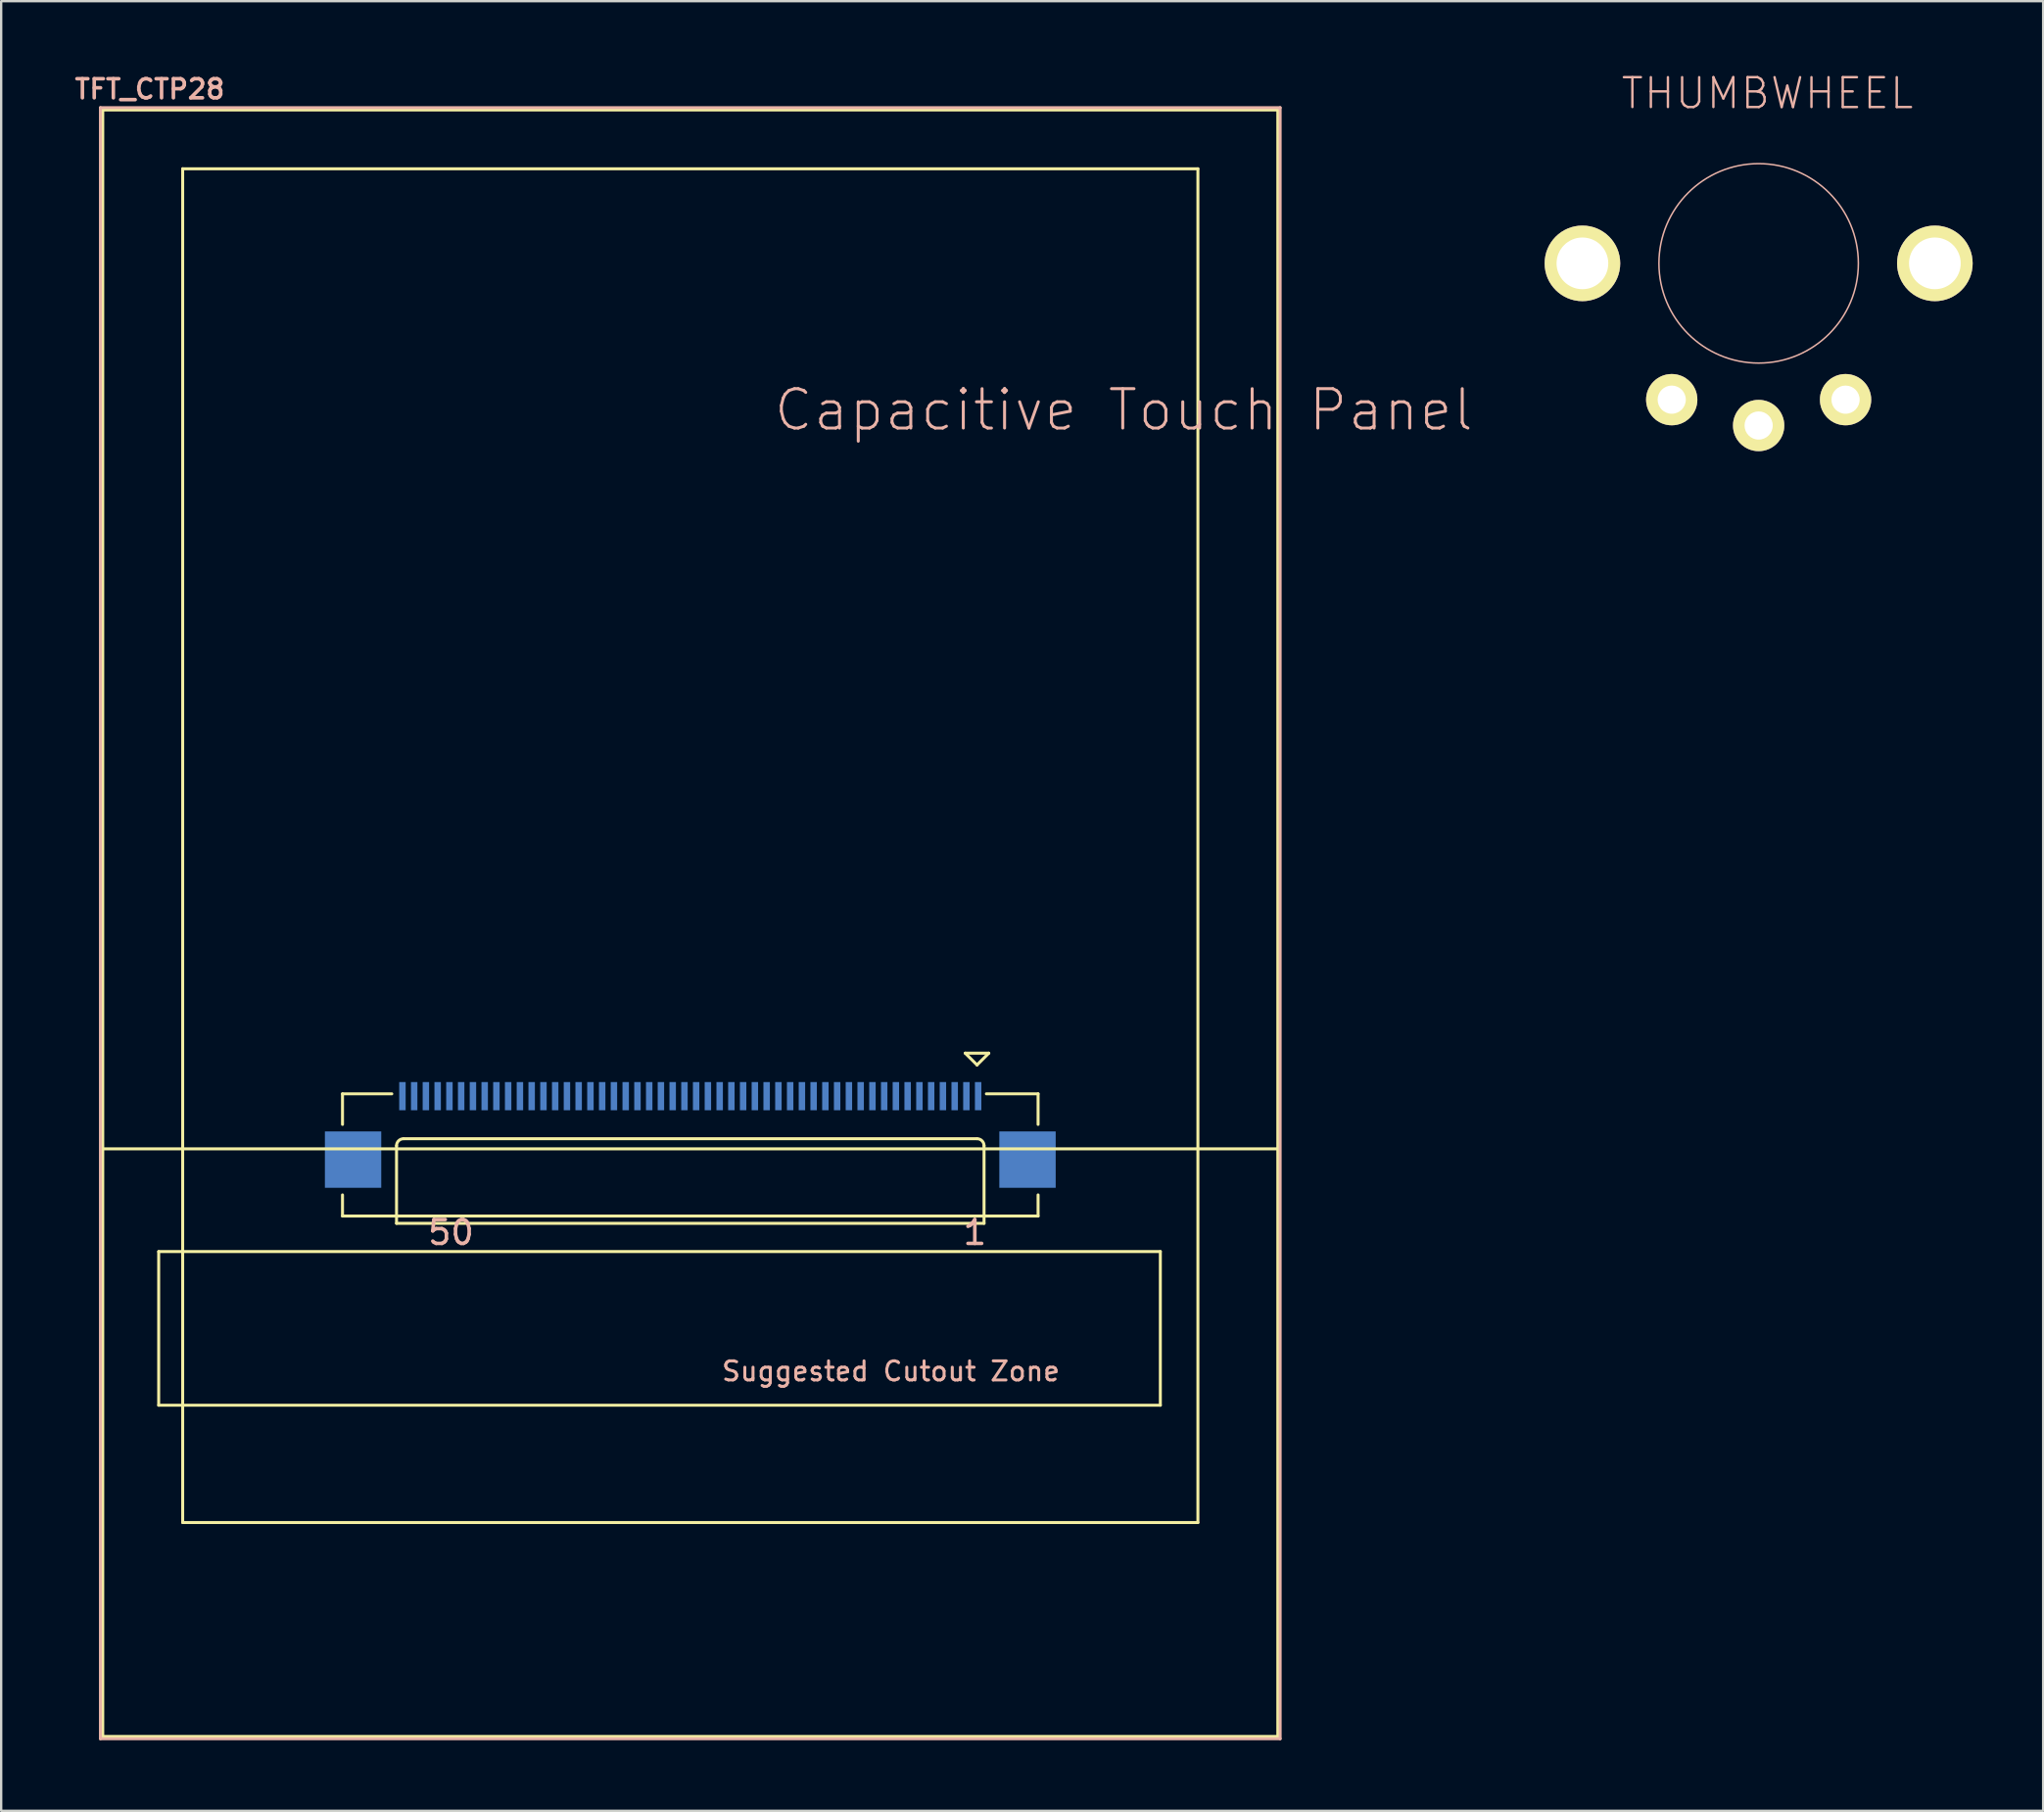
<source format=kicad_pcb>
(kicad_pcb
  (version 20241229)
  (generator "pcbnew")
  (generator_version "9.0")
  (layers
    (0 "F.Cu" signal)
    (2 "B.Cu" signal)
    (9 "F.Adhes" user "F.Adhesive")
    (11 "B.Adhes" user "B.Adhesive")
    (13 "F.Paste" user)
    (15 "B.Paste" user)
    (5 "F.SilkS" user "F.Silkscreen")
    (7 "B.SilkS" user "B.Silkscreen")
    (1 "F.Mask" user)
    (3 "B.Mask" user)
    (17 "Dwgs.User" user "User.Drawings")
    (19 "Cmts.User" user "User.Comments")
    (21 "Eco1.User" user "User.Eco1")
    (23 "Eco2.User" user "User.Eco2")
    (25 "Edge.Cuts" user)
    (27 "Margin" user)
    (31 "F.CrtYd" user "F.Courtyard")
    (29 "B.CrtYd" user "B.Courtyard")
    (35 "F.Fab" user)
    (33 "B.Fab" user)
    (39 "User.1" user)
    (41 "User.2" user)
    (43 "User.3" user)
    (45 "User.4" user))
  (footprint "THUMBWHEEL"
    (layer "F.Cu")
    (at 71.778 8.155)
    (property "Reference" "THUMBWHEEL" (at 0.373 -7.234 0) (layer "B.SilkS") (effects (font (size 1.27 1.27) (thickness 0.102))))
    (attr exclude_from_pos_files exclude_from_bom)
    (fp_circle (center 0 0) (end -3 3) (stroke (width 0.064) (type solid)) (fill no) (layer "B.SilkS"))
    (pad "1" thru_hole circle (at -3.698 5.799) (size 2.182 2.182) (drill 1.199) (layers "*.Cu" "F.Mask" "F.SilkS" "F.Paste"))
    (pad "2" thru_hole circle (at 0 6.899) (size 2.182 2.182) (drill 1.199) (layers "*.Cu" "F.Mask" "F.SilkS" "F.Paste"))
    (pad "3" thru_hole circle (at 3.698 5.799) (size 2.182 2.182) (drill 1.199) (layers "*.Cu" "F.Mask" "F.SilkS" "F.Paste"))
    (pad "SW1" thru_hole circle (at -7.498 0) (size 3.216 3.216) (drill 2.2) (layers "*.Cu" "F.Mask" "F.SilkS" "F.Paste"))
    (pad "SW2" thru_hole circle (at 7.498 0) (size 3.216 3.216) (drill 2.2) (layers "*.Cu" "F.Mask" "F.SilkS" "F.Paste")))
  (footprint "TFT_CTP28"
    (layer "F.Cu")
    (at 26.321 36.229)
    (property "Reference" "TFT_CTP28" (at -23 -35.486 0) (layer "B.SilkS") (effects (font (size 0.813 0.813) (thickness 0.152))))
    (attr smd)
    (fp_line (start -24.999 -34.6) (end 24.999 -34.6) (stroke (width 0.127) (type solid)) (layer "F.SilkS"))
    (fp_line (start -24.999 9.599) (end -24.999 -34.6) (stroke (width 0.127) (type solid)) (layer "F.SilkS"))
    (fp_line (start -24.999 9.599) (end 24.999 9.599) (stroke (width 0.127) (type solid)) (layer "F.SilkS"))
    (fp_line (start -24.999 34.6) (end -24.999 9.599) (stroke (width 0.127) (type solid)) (layer "F.SilkS"))
    (fp_line (start -22.619 13.97) (end 20 13.97) (stroke (width 0.127) (type solid)) (layer "F.SilkS"))
    (fp_line (start -22.619 20.508) (end -22.619 13.97) (stroke (width 0.127) (type solid)) (layer "F.SilkS"))
    (fp_line (start -21.598 -32.098) (end 21.598 -32.098) (stroke (width 0.127) (type solid)) (layer "F.SilkS"))
    (fp_line (start -21.598 25.499) (end -21.598 -32.098) (stroke (width 0.127) (type solid)) (layer "F.SilkS"))
    (fp_line (start -14.798 7.259) (end -14.798 8.56) (stroke (width 0.127) (type solid)) (layer "F.SilkS"))
    (fp_line (start -14.798 12.459) (end -14.798 11.56) (stroke (width 0.127) (type solid)) (layer "F.SilkS"))
    (fp_line (start -12.7 7.259) (end -14.798 7.259) (stroke (width 0.127) (type solid)) (layer "F.SilkS"))
    (fp_line (start -12.499 12.769) (end -12.499 9.469) (stroke (width 0.127) (type solid)) (layer "F.SilkS"))
    (fp_line (start -12.499 12.769) (end 12.499 12.769) (stroke (width 0.127) (type solid)) (layer "F.SilkS"))
    (fp_line (start -12.2 9.169) (end 12.2 9.169) (stroke (width 0.127) (type solid)) (layer "F.SilkS"))
    (fp_line (start 11.699 5.53) (end 12.7 5.53) (stroke (width 0.127) (type solid)) (layer "F.SilkS"))
    (fp_line (start 12.2 6.03) (end 11.699 5.53) (stroke (width 0.127) (type solid)) (layer "F.SilkS"))
    (fp_line (start 12.499 9.469) (end 12.499 12.769) (stroke (width 0.127) (type solid)) (layer "F.SilkS"))
    (fp_line (start 12.598 7.259) (end 14.798 7.259) (stroke (width 0.127) (type solid)) (layer "F.SilkS"))
    (fp_line (start 12.7 5.53) (end 12.2 6.03) (stroke (width 0.127) (type solid)) (layer "F.SilkS"))
    (fp_line (start 14.798 7.259) (end 14.798 8.56) (stroke (width 0.127) (type solid)) (layer "F.SilkS"))
    (fp_line (start 14.798 11.56) (end 14.798 12.459) (stroke (width 0.127) (type solid)) (layer "F.SilkS"))
    (fp_line (start 14.798 12.459) (end -14.798 12.459) (stroke (width 0.127) (type solid)) (layer "F.SilkS"))
    (fp_line (start 20 13.97) (end 20 20.508) (stroke (width 0.127) (type solid)) (layer "F.SilkS"))
    (fp_line (start 20 20.508) (end -22.619 20.508) (stroke (width 0.127) (type solid)) (layer "F.SilkS"))
    (fp_line (start 21.598 -32.098) (end 21.598 25.499) (stroke (width 0.127) (type solid)) (layer "F.SilkS"))
    (fp_line (start 21.598 25.499) (end -21.598 25.499) (stroke (width 0.127) (type solid)) (layer "F.SilkS"))
    (fp_line (start 24.999 -34.6) (end 24.999 9.599) (stroke (width 0.127) (type solid)) (layer "F.SilkS"))
    (fp_line (start 24.999 9.599) (end 24.999 34.6) (stroke (width 0.127) (type solid)) (layer "F.SilkS"))
    (fp_line (start 24.999 34.6) (end -24.999 34.6) (stroke (width 0.127) (type solid)) (layer "F.SilkS"))
    (fp_arc (start -12.49934 9.46912) (mid -12.411554 9.257186) (end -12.19962 9.1694) (stroke (width 0.127) (type solid)) (layer "F.SilkS"))
    (fp_arc (start 12.19962 9.1694) (mid 12.411554 9.257186) (end 12.49934 9.46912) (stroke (width 0.127) (type solid)) (layer "F.SilkS"))
    (fp_line (start -25.098 -34.699) (end 25.098 -34.699) (stroke (width 0.127) (type solid)) (layer "B.SilkS"))
    (fp_line (start -25.098 34.699) (end -25.098 -34.699) (stroke (width 0.127) (type solid)) (layer "B.SilkS"))
    (fp_line (start 25.098 -34.699) (end 25.098 34.699) (stroke (width 0.127) (type solid)) (layer "B.SilkS"))
    (fp_line (start 25.098 34.699) (end -25.098 34.699) (stroke (width 0.127) (type solid)) (layer "B.SilkS"))
    (fp_text user "Capacitive Touch Panel" (at 18.44 -21.836 0) (layer "B.SilkS") (effects (font (size 1.676 1.676) (thickness 0.127))))
    (fp_text user "Suggested Cutout Zone" (at 8.534 19.063 0) (layer "B.SilkS") (effects (font (size 0.813 0.813) (thickness 0.127))))
    (fp_text user "50" (at -10.183 13.16 0) (layer "B.SilkS") (effects (font (size 1.016 1.016) (thickness 0.152))))
    (fp_text user "1" (at 12.106 13.16 0) (layer "B.SilkS") (effects (font (size 1.016 1.016) (thickness 0.152))))
    (pad "1" smd rect (at 12.248 7.358 180) (size 0.274 1.199) (layers "B.Cu" "B.Mask"))
    (pad "2" smd rect (at 11.748 7.358 180) (size 0.274 1.199) (layers "B.Cu" "B.Mask"))
    (pad "3" smd rect (at 11.25 7.358 180) (size 0.274 1.199) (layers "B.Cu" "B.Mask"))
    (pad "4" smd rect (at 10.749 7.358 180) (size 0.274 1.199) (layers "B.Cu" "B.Mask"))
    (pad "5" smd rect (at 10.249 7.358 180) (size 0.274 1.199) (layers "B.Cu" "B.Mask"))
    (pad "6" smd rect (at 9.749 7.358 180) (size 0.274 1.199) (layers "B.Cu" "B.Mask"))
    (pad "7" smd rect (at 9.248 7.358 180) (size 0.274 1.199) (layers "B.Cu" "B.Mask"))
    (pad "8" smd rect (at 8.748 7.358 180) (size 0.274 1.199) (layers "B.Cu" "B.Mask"))
    (pad "9" smd rect (at 8.25 7.358 180) (size 0.274 1.199) (layers "B.Cu" "B.Mask"))
    (pad "10" smd rect (at 7.75 7.358 180) (size 0.274 1.199) (layers "B.Cu" "B.Mask"))
    (pad "11" smd rect (at 7.249 7.358 180) (size 0.274 1.199) (layers "B.Cu" "B.Mask"))
    (pad "12" smd rect (at 6.749 7.358 180) (size 0.274 1.199) (layers "B.Cu" "B.Mask"))
    (pad "13" smd rect (at 6.248 7.358 180) (size 0.274 1.199) (layers "B.Cu" "B.Mask"))
    (pad "14" smd rect (at 5.748 7.358 180) (size 0.274 1.199) (layers "B.Cu" "B.Mask"))
    (pad "15" smd rect (at 5.248 7.358 180) (size 0.274 1.199) (layers "B.Cu" "B.Mask"))
    (pad "16" smd rect (at 4.75 7.358 180) (size 0.274 1.199) (layers "B.Cu" "B.Mask"))
    (pad "17" smd rect (at 4.249 7.358 180) (size 0.274 1.199) (layers "B.Cu" "B.Mask"))
    (pad "18" smd rect (at 3.749 7.358 180) (size 0.274 1.199) (layers "B.Cu" "B.Mask"))
    (pad "19" smd rect (at 3.249 7.358 180) (size 0.274 1.199) (layers "B.Cu" "B.Mask"))
    (pad "20" smd rect (at 2.748 7.358 180) (size 0.274 1.199) (layers "B.Cu" "B.Mask"))
    (pad "21" smd rect (at 2.248 7.358 180) (size 0.274 1.199) (layers "B.Cu" "B.Mask"))
    (pad "22" smd rect (at 1.748 7.358 180) (size 0.274 1.199) (layers "B.Cu" "B.Mask"))
    (pad "23" smd rect (at 1.25 7.358 180) (size 0.274 1.199) (layers "B.Cu" "B.Mask"))
    (pad "24" smd rect (at 0.749 7.358 180) (size 0.274 1.199) (layers "B.Cu" "B.Mask"))
    (pad "25" smd rect (at 0.249 7.358 180) (size 0.274 1.199) (layers "B.Cu" "B.Mask"))
    (pad "26" smd rect (at -0.249 7.358 180) (size 0.274 1.199) (layers "B.Cu" "B.Mask"))
    (pad "27" smd rect (at -0.749 7.358 180) (size 0.274 1.199) (layers "B.Cu" "B.Mask"))
    (pad "28" smd rect (at -1.25 7.358 180) (size 0.274 1.199) (layers "B.Cu" "B.Mask"))
    (pad "29" smd rect (at -1.748 7.358 180) (size 0.274 1.199) (layers "B.Cu" "B.Mask"))
    (pad "30" smd rect (at -2.248 7.358 180) (size 0.274 1.199) (layers "B.Cu" "B.Mask"))
    (pad "31" smd rect (at -2.748 7.358 180) (size 0.274 1.199) (layers "B.Cu" "B.Mask"))
    (pad "32" smd rect (at -3.249 7.358 180) (size 0.274 1.199) (layers "B.Cu" "B.Mask"))
    (pad "33" smd rect (at -3.749 7.358 180) (size 0.274 1.199) (layers "B.Cu" "B.Mask"))
    (pad "34" smd rect (at -4.249 7.358 180) (size 0.274 1.199) (layers "B.Cu" "B.Mask"))
    (pad "35" smd rect (at -4.75 7.358 180) (size 0.274 1.199) (layers "B.Cu" "B.Mask"))
    (pad "36" smd rect (at -5.248 7.358 180) (size 0.274 1.199) (layers "B.Cu" "B.Mask"))
    (pad "37" smd rect (at -5.748 7.358 180) (size 0.274 1.199) (layers "B.Cu" "B.Mask"))
    (pad "38" smd rect (at -6.248 7.358 180) (size 0.274 1.199) (layers "B.Cu" "B.Mask"))
    (pad "39" smd rect (at -6.749 7.358 180) (size 0.274 1.199) (layers "B.Cu" "B.Mask"))
    (pad "40" smd rect (at -7.249 7.358 180) (size 0.274 1.199) (layers "B.Cu" "B.Mask"))
    (pad "41" smd rect (at -7.75 7.358 180) (size 0.274 1.199) (layers "B.Cu" "B.Mask"))
    (pad "42" smd rect (at -8.25 7.358 180) (size 0.274 1.199) (layers "B.Cu" "B.Mask"))
    (pad "43" smd rect (at -8.748 7.358 180) (size 0.274 1.199) (layers "B.Cu" "B.Mask"))
    (pad "44" smd rect (at -9.248 7.358 180) (size 0.274 1.199) (layers "B.Cu" "B.Mask"))
    (pad "45" smd rect (at -9.749 7.358 180) (size 0.274 1.199) (layers "B.Cu" "B.Mask"))
    (pad "46" smd rect (at -10.249 7.358 180) (size 0.274 1.199) (layers "B.Cu" "B.Mask"))
    (pad "47" smd rect (at -10.749 7.358 180) (size 0.274 1.199) (layers "B.Cu" "B.Mask"))
    (pad "48" smd rect (at -11.25 7.358 180) (size 0.274 1.199) (layers "B.Cu" "B.Mask"))
    (pad "49" smd rect (at -11.748 7.358 180) (size 0.274 1.199) (layers "B.Cu" "B.Mask"))
    (pad "50" smd rect (at -12.248 7.358 180) (size 0.274 1.199) (layers "B.Cu" "B.Mask"))
    (pad "PAD1" smd rect (at 14.348 10.058 180) (size 2.398 2.398) (layers "B.Cu" "B.Mask"))
    (pad "PAD2" smd rect (at -14.348 10.058 180) (size 2.398 2.398) (layers "B.Cu" "B.Mask")))
  (gr_rect
    (start -3 -3)
    (end 83.884 73.992)
    (stroke (width 0.1) (type default))
    (fill no)
    (layer "Edge.Cuts")))
</source>
